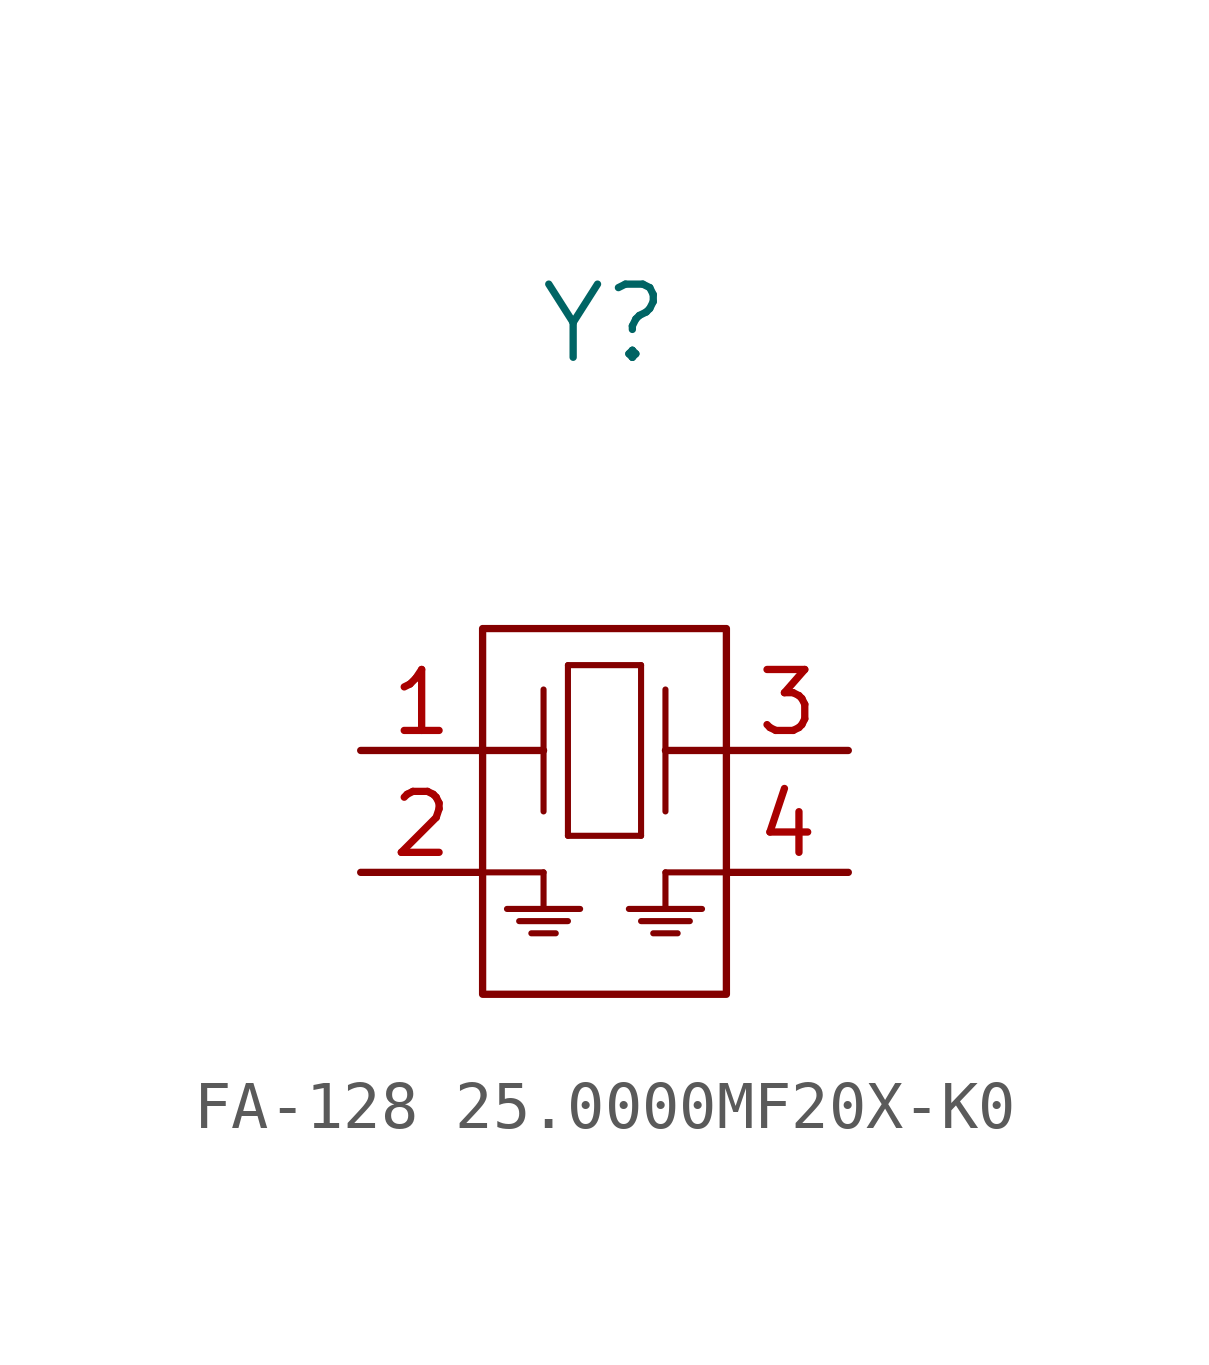
<source format=kicad_sym>
(kicad_symbol_lib
  (version 20231120)
  (generator "kicad_symbol_editor")
  (generator_version "8.0")
  (symbol "FA-128 25.0000MF20X-K0"
    (pin_names
      (offset 0.254))
    (property "Reference" "Y"
      (at 0 8.89 0)
      (effects (font (size 1.524 1.524))))
    (symbol "FA-128 25.0000MF20X-K0_0_1"
      (rectangle (start -2.54 2.54) (end 2.54 -5.08) (stroke (width 0) (type default)) (fill (type none)))
      (polyline (pts (xy -2.54 -2.54) (xy -1.27 -2.54)) (stroke (width 0.127) (type default)) (fill (type none)))
      (polyline (pts (xy -2.032 -3.302) (xy -0.508 -3.302)) (stroke (width 0.127) (type default)) (fill (type none)))
      (polyline (pts (xy -1.778 -3.556) (xy -0.762 -3.556)) (stroke (width 0.127) (type default)) (fill (type none)))
      (polyline (pts (xy -1.524 -3.81) (xy -1.016 -3.81)) (stroke (width 0.127) (type default)) (fill (type none)))
      (polyline (pts (xy -1.27 -2.54) (xy -1.27 -3.302)) (stroke (width 0.127) (type default)) (fill (type none)))
      (polyline (pts (xy -1.27 0) (xy -2.54 0)) (stroke (width 0) (type default)) (fill (type none)))
      (polyline (pts (xy -1.27 1.27) (xy -1.27 -1.27)) (stroke (width 0.127) (type default)) (fill (type none)))
      (polyline (pts (xy -0.762 -1.778) (xy 0.762 -1.778)) (stroke (width 0.127) (type default)) (fill (type none)))
      (polyline (pts (xy -0.762 1.778) (xy -0.762 -1.778)) (stroke (width 0.127) (type default)) (fill (type none)))
      (polyline (pts (xy 0.762 -1.778) (xy 0.762 1.778)) (stroke (width 0.127) (type default)) (fill (type none)))
      (polyline (pts (xy 0.762 1.778) (xy -0.762 1.778)) (stroke (width 0.127) (type default)) (fill (type none)))
      (polyline (pts (xy 1.27 -2.54) (xy 1.27 -3.302)) (stroke (width 0.127) (type default)) (fill (type none)))
      (polyline (pts (xy 1.27 0) (xy 2.54 0)) (stroke (width 0) (type default)) (fill (type none)))
      (polyline (pts (xy 1.27 1.27) (xy 1.27 -1.27)) (stroke (width 0.127) (type default)) (fill (type none)))
      (polyline (pts (xy 1.524 -3.81) (xy 1.016 -3.81)) (stroke (width 0.127) (type default)) (fill (type none)))
      (polyline (pts (xy 1.778 -3.556) (xy 0.762 -3.556)) (stroke (width 0.127) (type default)) (fill (type none)))
      (polyline (pts (xy 2.032 -3.302) (xy 0.508 -3.302)) (stroke (width 0.127) (type default)) (fill (type none)))
      (polyline (pts (xy 2.54 -2.54) (xy 1.27 -2.54)) (stroke (width 0.127) (type default)) (fill (type none))))
    (symbol "FA-128 25.0000MF20X-K0_1_1"
      (pin unspecified line (at -5.08 0 0) (length 2.54) (name "" (effects (font (size 1.27 1.27)))) (number "1" (effects (font (size 1.27 1.27)))))
      (pin power_out line (at -5.08 -2.54 0) (length 2.54) (name "" (effects (font (size 1.27 1.27)))) (number "2" (effects (font (size 1.27 1.27)))))
      (pin unspecified line (at 5.08 0 180) (length 2.54) (name "" (effects (font (size 1.27 1.27)))) (number "3" (effects (font (size 1.27 1.27)))))
      (pin power_out line (at 5.08 -2.54 180) (length 2.54) (name "" (effects (font (size 1.27 1.27)))) (number "4" (effects (font (size 1.27 1.27))))))))
</source>
